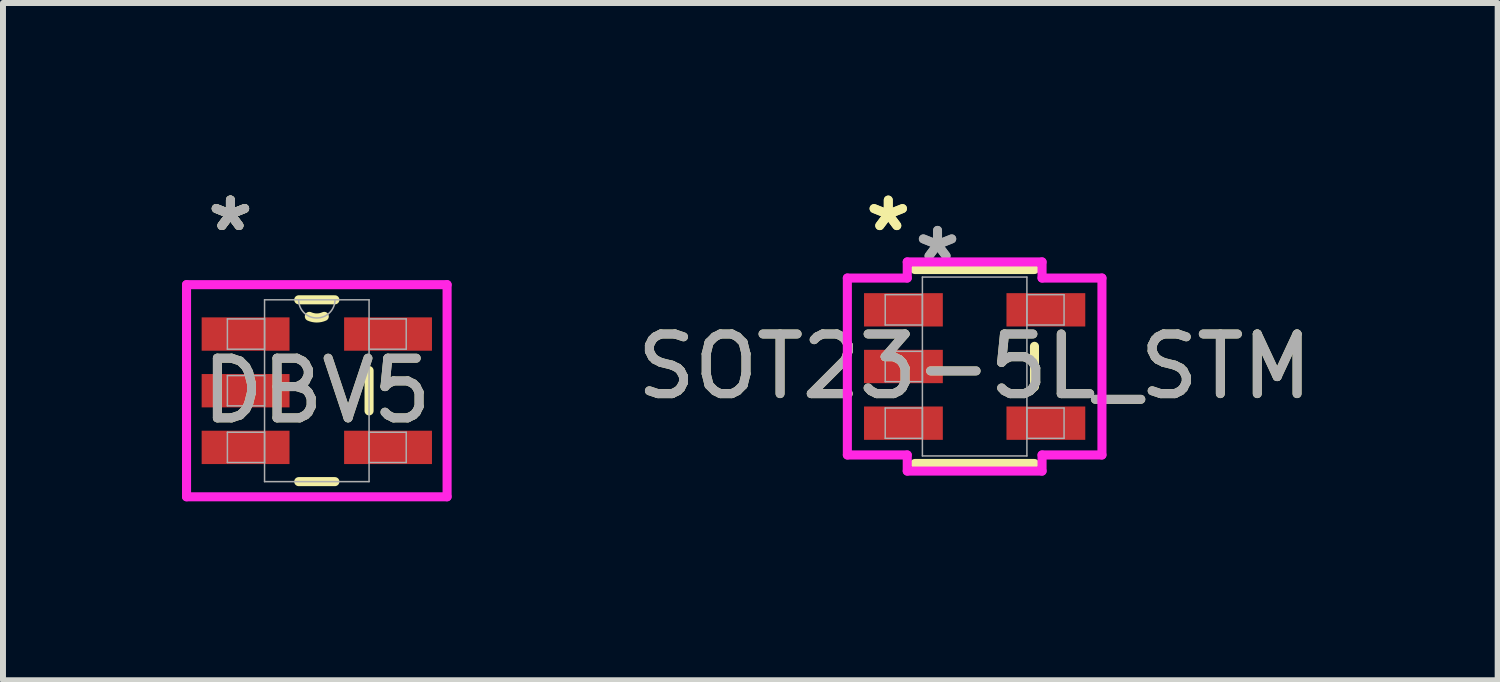
<source format=kicad_pcb>
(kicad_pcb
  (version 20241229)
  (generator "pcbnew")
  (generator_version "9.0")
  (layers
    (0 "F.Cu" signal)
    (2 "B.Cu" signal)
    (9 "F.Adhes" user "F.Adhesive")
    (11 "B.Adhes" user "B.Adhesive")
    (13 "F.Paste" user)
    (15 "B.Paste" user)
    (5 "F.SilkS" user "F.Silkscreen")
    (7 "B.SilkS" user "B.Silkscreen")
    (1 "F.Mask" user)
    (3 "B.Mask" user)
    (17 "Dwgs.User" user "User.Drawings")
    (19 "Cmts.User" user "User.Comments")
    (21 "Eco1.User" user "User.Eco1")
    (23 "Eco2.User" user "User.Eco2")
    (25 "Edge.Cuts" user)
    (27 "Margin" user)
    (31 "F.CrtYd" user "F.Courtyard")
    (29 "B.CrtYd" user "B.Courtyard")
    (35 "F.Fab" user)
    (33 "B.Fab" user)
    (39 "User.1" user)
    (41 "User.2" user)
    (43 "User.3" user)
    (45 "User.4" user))
  (footprint "SOT23-5L_STM"
    (layer "F.Cu")
    (at 13.289 3.094)
    (property "Reference" "SOT23-5L_STM" (at 0 0 0) (unlocked yes) (layer "F.SilkS") (effects (font (size 1 1) (thickness 0.15))))
    (attr smd)
    (fp_line (start -1.003 1.626) (end 1.003 1.626) (stroke (width 0.152) (type solid)) (layer "F.SilkS"))
    (fp_line (start 1.003 -1.626) (end -1.003 -1.626) (stroke (width 0.152) (type solid)) (layer "F.SilkS"))
    (fp_line (start 1.003 0.338) (end 1.003 -0.338) (stroke (width 0.152) (type solid)) (layer "F.SilkS"))
    (fp_line (start -2.134 -1.483) (end -1.13 -1.483) (stroke (width 0.152) (type solid)) (layer "F.CrtYd"))
    (fp_line (start -2.134 1.483) (end -2.134 -1.483) (stroke (width 0.152) (type solid)) (layer "F.CrtYd"))
    (fp_line (start -1.13 -1.753) (end 1.13 -1.753) (stroke (width 0.152) (type solid)) (layer "F.CrtYd"))
    (fp_line (start -1.13 -1.483) (end -1.13 -1.753) (stroke (width 0.152) (type solid)) (layer "F.CrtYd"))
    (fp_line (start -1.13 1.483) (end -2.134 1.483) (stroke (width 0.152) (type solid)) (layer "F.CrtYd"))
    (fp_line (start -1.13 1.753) (end -1.13 1.483) (stroke (width 0.152) (type solid)) (layer "F.CrtYd"))
    (fp_line (start 1.13 -1.753) (end 1.13 -1.483) (stroke (width 0.152) (type solid)) (layer "F.CrtYd"))
    (fp_line (start 1.13 -1.483) (end 2.134 -1.483) (stroke (width 0.152) (type solid)) (layer "F.CrtYd"))
    (fp_line (start 1.13 1.483) (end 1.13 1.753) (stroke (width 0.152) (type solid)) (layer "F.CrtYd"))
    (fp_line (start 1.13 1.753) (end -1.13 1.753) (stroke (width 0.152) (type solid)) (layer "F.CrtYd"))
    (fp_line (start 2.134 -1.483) (end 2.134 1.483) (stroke (width 0.152) (type solid)) (layer "F.CrtYd"))
    (fp_line (start 2.134 1.483) (end 1.13 1.483) (stroke (width 0.152) (type solid)) (layer "F.CrtYd"))
    (fp_line (start -1.499 -1.204) (end -1.499 -0.696) (stroke (width 0.025) (type solid)) (layer "F.Fab"))
    (fp_line (start -1.499 -0.696) (end -0.876 -0.696) (stroke (width 0.025) (type solid)) (layer "F.Fab"))
    (fp_line (start -1.499 -0.254) (end -1.499 0.254) (stroke (width 0.025) (type solid)) (layer "F.Fab"))
    (fp_line (start -1.499 0.254) (end -0.876 0.254) (stroke (width 0.025) (type solid)) (layer "F.Fab"))
    (fp_line (start -1.499 0.696) (end -1.499 1.204) (stroke (width 0.025) (type solid)) (layer "F.Fab"))
    (fp_line (start -1.499 1.204) (end -0.876 1.204) (stroke (width 0.025) (type solid)) (layer "F.Fab"))
    (fp_line (start -0.876 -1.499) (end -0.876 1.499) (stroke (width 0.025) (type solid)) (layer "F.Fab"))
    (fp_line (start -0.876 -1.204) (end -1.499 -1.204) (stroke (width 0.025) (type solid)) (layer "F.Fab"))
    (fp_line (start -0.876 -0.696) (end -0.876 -1.204) (stroke (width 0.025) (type solid)) (layer "F.Fab"))
    (fp_line (start -0.876 -0.254) (end -1.499 -0.254) (stroke (width 0.025) (type solid)) (layer "F.Fab"))
    (fp_line (start -0.876 0.254) (end -0.876 -0.254) (stroke (width 0.025) (type solid)) (layer "F.Fab"))
    (fp_line (start -0.876 0.696) (end -1.499 0.696) (stroke (width 0.025) (type solid)) (layer "F.Fab"))
    (fp_line (start -0.876 1.204) (end -0.876 0.696) (stroke (width 0.025) (type solid)) (layer "F.Fab"))
    (fp_line (start -0.876 1.499) (end 0.876 1.499) (stroke (width 0.025) (type solid)) (layer "F.Fab"))
    (fp_line (start 0.876 -1.499) (end -0.876 -1.499) (stroke (width 0.025) (type solid)) (layer "F.Fab"))
    (fp_line (start 0.876 -1.204) (end 0.876 -0.696) (stroke (width 0.025) (type solid)) (layer "F.Fab"))
    (fp_line (start 0.876 -0.696) (end 1.499 -0.696) (stroke (width 0.025) (type solid)) (layer "F.Fab"))
    (fp_line (start 0.876 0.696) (end 0.876 1.204) (stroke (width 0.025) (type solid)) (layer "F.Fab"))
    (fp_line (start 0.876 1.204) (end 1.499 1.204) (stroke (width 0.025) (type solid)) (layer "F.Fab"))
    (fp_line (start 0.876 1.499) (end 0.876 -1.499) (stroke (width 0.025) (type solid)) (layer "F.Fab"))
    (fp_line (start 1.499 -1.204) (end 0.876 -1.204) (stroke (width 0.025) (type solid)) (layer "F.Fab"))
    (fp_line (start 1.499 -0.696) (end 1.499 -1.204) (stroke (width 0.025) (type solid)) (layer "F.Fab"))
    (fp_line (start 1.499 0.696) (end 0.876 0.696) (stroke (width 0.025) (type solid)) (layer "F.Fab"))
    (fp_line (start 1.499 1.204) (end 1.499 0.696) (stroke (width 0.025) (type solid)) (layer "F.Fab"))
    (fp_text user "*" (at -1.448 -2.245 0) (layer "F.SilkS") (effects (font (size 1 1) (thickness 0.15))))
    (fp_text user "*" (at -1.448 -2.245 0) (unlocked yes) (layer "F.SilkS") (effects (font (size 1 1) (thickness 0.15))))
    (fp_text user "*" (at -0.622 -1.737 0) (unlocked yes) (layer "F.Fab") (effects (font (size 1 1) (thickness 0.15))))
    (fp_text user "${REFERENCE}" (at 0 0 0) (unlocked yes) (layer "F.Fab") (effects (font (size 1 1) (thickness 0.15))))
    (fp_text user "*" (at -0.622 -1.737 0) (layer "F.Fab") (effects (font (size 1 1) (thickness 0.15))))
    (pad "1" smd rect (at -1.194 -0.95) (size 1.321 0.559) (layers "F.Cu" "F.Mask" "F.Paste"))
    (pad "2" smd rect (at -1.194 0) (size 1.321 0.559) (layers "F.Cu" "F.Mask" "F.Paste"))
    (pad "3" smd rect (at -1.194 0.95) (size 1.321 0.559) (layers "F.Cu" "F.Mask" "F.Paste"))
    (pad "4" smd rect (at 1.194 0.95) (size 1.321 0.559) (layers "F.Cu" "F.Mask" "F.Paste"))
    (pad "5" smd rect (at 1.194 -0.95) (size 1.321 0.559) (layers "F.Cu" "F.Mask" "F.Paste")))
  (footprint "DBV5"
    (layer "F.Cu")
    (at 2.261 3.5)
    (property "Reference" "DBV5" (at 0 0 0) (unlocked yes) (layer "F.SilkS") (effects (font (size 1 1) (thickness 0.15))))
    (attr smd)
    (fp_line (start -0.303 1.524) (end 0.303 1.524) (stroke (width 0.152) (type solid)) (layer "F.SilkS"))
    (fp_line (start 0.303 -1.524) (end -0.303 -1.524) (stroke (width 0.152) (type solid)) (layer "F.SilkS"))
    (fp_line (start 0.876 0.338) (end 0.876 -0.338) (stroke (width 0.152) (type solid)) (layer "F.SilkS"))
    (fp_arc (start 0.124872 -1.245953) (mid 0 -1.2192) (end -0.124872 -1.245953) (stroke (width 0.1524) (type solid)) (layer "F.SilkS"))
    (fp_line (start -2.184 -1.778) (end 2.184 -1.778) (stroke (width 0.152) (type solid)) (layer "F.CrtYd"))
    (fp_line (start -2.184 1.778) (end -2.184 -1.778) (stroke (width 0.152) (type solid)) (layer "F.CrtYd"))
    (fp_line (start 2.184 -1.778) (end 2.184 1.778) (stroke (width 0.152) (type solid)) (layer "F.CrtYd"))
    (fp_line (start 2.184 1.778) (end -2.184 1.778) (stroke (width 0.152) (type solid)) (layer "F.CrtYd"))
    (fp_line (start -1.499 -1.204) (end -1.499 -0.696) (stroke (width 0.025) (type solid)) (layer "F.Fab"))
    (fp_line (start -1.499 -0.696) (end -0.876 -0.696) (stroke (width 0.025) (type solid)) (layer "F.Fab"))
    (fp_line (start -1.499 -0.254) (end -1.499 0.254) (stroke (width 0.025) (type solid)) (layer "F.Fab"))
    (fp_line (start -1.499 0.254) (end -0.876 0.254) (stroke (width 0.025) (type solid)) (layer "F.Fab"))
    (fp_line (start -1.499 0.696) (end -1.499 1.204) (stroke (width 0.025) (type solid)) (layer "F.Fab"))
    (fp_line (start -1.499 1.204) (end -0.876 1.204) (stroke (width 0.025) (type solid)) (layer "F.Fab"))
    (fp_line (start -0.876 -1.524) (end -0.876 1.524) (stroke (width 0.025) (type solid)) (layer "F.Fab"))
    (fp_line (start -0.876 -1.204) (end -1.499 -1.204) (stroke (width 0.025) (type solid)) (layer "F.Fab"))
    (fp_line (start -0.876 -0.696) (end -0.876 -1.204) (stroke (width 0.025) (type solid)) (layer "F.Fab"))
    (fp_line (start -0.876 -0.254) (end -1.499 -0.254) (stroke (width 0.025) (type solid)) (layer "F.Fab"))
    (fp_line (start -0.876 0.254) (end -0.876 -0.254) (stroke (width 0.025) (type solid)) (layer "F.Fab"))
    (fp_line (start -0.876 0.696) (end -1.499 0.696) (stroke (width 0.025) (type solid)) (layer "F.Fab"))
    (fp_line (start -0.876 1.204) (end -0.876 0.696) (stroke (width 0.025) (type solid)) (layer "F.Fab"))
    (fp_line (start -0.876 1.524) (end 0.876 1.524) (stroke (width 0.025) (type solid)) (layer "F.Fab"))
    (fp_line (start 0.876 -1.524) (end -0.876 -1.524) (stroke (width 0.025) (type solid)) (layer "F.Fab"))
    (fp_line (start 0.876 -1.204) (end 0.876 -0.696) (stroke (width 0.025) (type solid)) (layer "F.Fab"))
    (fp_line (start 0.876 -0.696) (end 1.499 -0.696) (stroke (width 0.025) (type solid)) (layer "F.Fab"))
    (fp_line (start 0.876 0.696) (end 0.876 1.204) (stroke (width 0.025) (type solid)) (layer "F.Fab"))
    (fp_line (start 0.876 1.204) (end 1.499 1.204) (stroke (width 0.025) (type solid)) (layer "F.Fab"))
    (fp_line (start 0.876 1.524) (end 0.876 -1.524) (stroke (width 0.025) (type solid)) (layer "F.Fab"))
    (fp_line (start 1.499 -1.204) (end 0.876 -1.204) (stroke (width 0.025) (type solid)) (layer "F.Fab"))
    (fp_line (start 1.499 -0.696) (end 1.499 -1.204) (stroke (width 0.025) (type solid)) (layer "F.Fab"))
    (fp_line (start 1.499 0.696) (end 0.876 0.696) (stroke (width 0.025) (type solid)) (layer "F.Fab"))
    (fp_line (start 1.499 1.204) (end 1.499 0.696) (stroke (width 0.025) (type solid)) (layer "F.Fab"))
    (fp_arc (start 0.3048 -1.524) (mid 0 -1.2192) (end -0.3048 -1.524) (stroke (width 0.0254) (type solid)) (layer "F.Fab"))
    (fp_text user "*" (at -1.448 -2.652 0) (unlocked yes) (layer "F.SilkS") (effects (font (size 1 1) (thickness 0.15))))
    (fp_text user "*" (at -1.448 -2.652 0) (layer "F.SilkS") (effects (font (size 1 1) (thickness 0.15))))
    (fp_text user "${REFERENCE}" (at 0 0 0) (unlocked yes) (layer "F.Fab") (effects (font (size 1 1) (thickness 0.15))))
    (fp_text user "*" (at -1.448 -2.652 0) (layer "F.Fab") (effects (font (size 1 1) (thickness 0.15))))
    (fp_text user "*" (at -1.448 -2.652 0) (unlocked yes) (layer "F.Fab") (effects (font (size 1 1) (thickness 0.15))))
    (pad "1" smd rect (at -1.194 -0.95) (size 1.473 0.559) (layers "F.Cu" "F.Mask" "F.Paste"))
    (pad "2" smd rect (at -1.194 0) (size 1.473 0.559) (layers "F.Cu" "F.Mask" "F.Paste"))
    (pad "3" smd rect (at -1.194 0.95) (size 1.473 0.559) (layers "F.Cu" "F.Mask" "F.Paste"))
    (pad "4" smd rect (at 1.194 0.95) (size 1.473 0.559) (layers "F.Cu" "F.Mask" "F.Paste"))
    (pad "5" smd rect (at 1.194 -0.95) (size 1.473 0.559) (layers "F.Cu" "F.Mask" "F.Paste")))
  (gr_rect
    (start -3 -3)
    (end 22.057 8.354)
    (stroke (width 0.1) (type default))
    (fill no)
    (layer "Edge.Cuts")))
</source>
